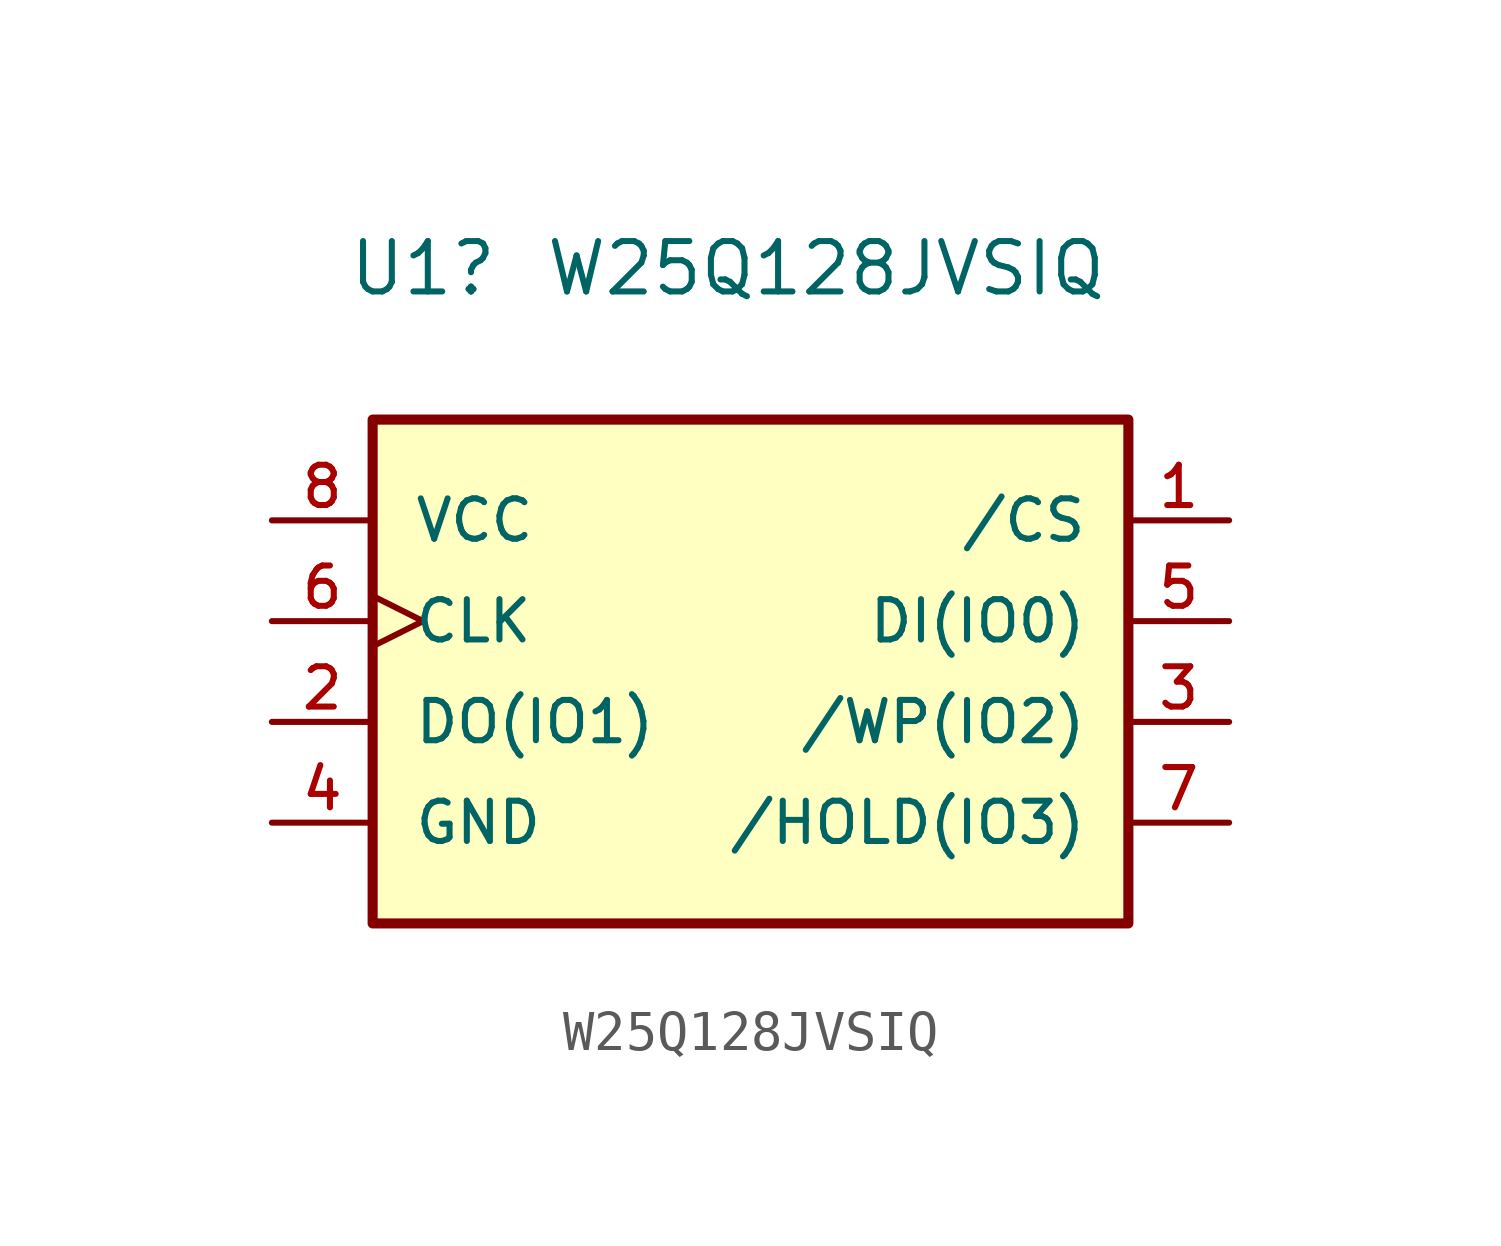
<source format=kicad_sym>
(kicad_symbol_lib
  (version 20220914)
  (generator kicad_symbol_editor)
  (symbol "W25Q128JVSIQ"
    (pin_names
      (offset 1.016))
    (property "Reference" "U1"
      (at -20.32 16.51 0)
      (effects (font (size 1.27 1.27))))
    (property "Value" "W25Q128JVSIQ"
      (at -10.16 16.51 0)
      (effects (font (size 1.27 1.27))))
    (symbol "W25Q128JVSIQ_0_0"
      (rectangle (start -21.59 12.7) (end -2.54 0) (stroke (width 0.254) (type default)) (fill (type background))))
    (symbol "W25Q128JVSIQ_1_0"
      (pin input line (at 0 10.16 180) (length 2.54) (name "/CS" (effects (font (size 1.016 1.016)))) (number "1" (effects (font (size 1.016 1.016)))))
      (pin bidirectional line (at -24.13 5.08 0) (length 2.54) (name "DO(IO1)" (effects (font (size 1.016 1.016)))) (number "2" (effects (font (size 1.016 1.016)))))
      (pin bidirectional line (at 0 5.08 180) (length 2.54) (name "/WP(IO2)" (effects (font (size 1.016 1.016)))) (number "3" (effects (font (size 1.016 1.016)))))
      (pin power_in line (at -24.13 2.54 0) (length 2.54) (name "GND" (effects (font (size 1.016 1.016)))) (number "4" (effects (font (size 1.016 1.016)))))
      (pin bidirectional line (at 0 7.62 180) (length 2.54) (name "DI(IO0)" (effects (font (size 1.016 1.016)))) (number "5" (effects (font (size 1.016 1.016)))))
      (pin input clock (at -24.13 7.62 0) (length 2.54) (name "CLK" (effects (font (size 1.016 1.016)))) (number "6" (effects (font (size 1.016 1.016)))))
      (pin bidirectional line (at 0 2.54 180) (length 2.54) (name "/HOLD(IO3)" (effects (font (size 1.016 1.016)))) (number "7" (effects (font (size 1.016 1.016)))))
      (pin power_in line (at -24.13 10.16 0) (length 2.54) (name "VCC" (effects (font (size 1.016 1.016)))) (number "8" (effects (font (size 1.016 1.016))))))))
</source>
